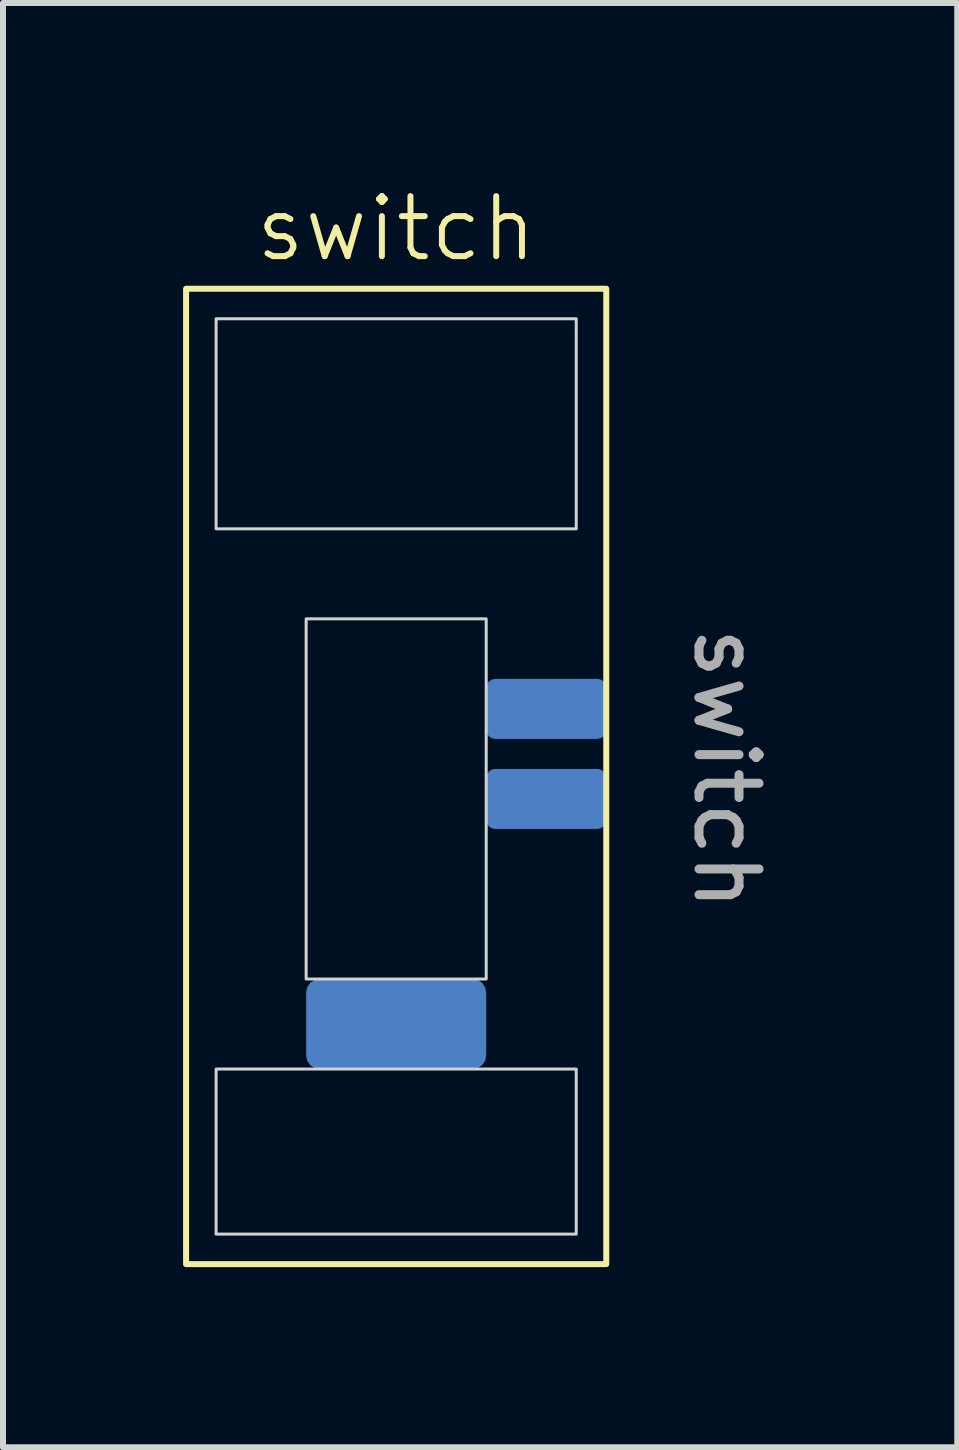
<source format=kicad_pcb>
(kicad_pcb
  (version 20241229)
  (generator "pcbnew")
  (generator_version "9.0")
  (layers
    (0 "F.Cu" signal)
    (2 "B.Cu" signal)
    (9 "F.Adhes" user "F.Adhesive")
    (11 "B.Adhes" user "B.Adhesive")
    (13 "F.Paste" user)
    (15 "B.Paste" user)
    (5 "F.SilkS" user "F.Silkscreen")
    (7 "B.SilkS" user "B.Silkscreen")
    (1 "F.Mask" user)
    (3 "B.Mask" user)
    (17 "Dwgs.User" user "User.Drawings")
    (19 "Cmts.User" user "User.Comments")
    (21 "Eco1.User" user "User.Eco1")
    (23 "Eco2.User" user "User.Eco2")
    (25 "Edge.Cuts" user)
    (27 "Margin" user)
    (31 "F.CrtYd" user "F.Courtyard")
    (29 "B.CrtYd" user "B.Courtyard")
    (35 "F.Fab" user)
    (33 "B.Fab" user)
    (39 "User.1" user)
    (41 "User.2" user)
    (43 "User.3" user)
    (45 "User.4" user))
  (footprint "switch"
    (layer "F.Cu")
    (at 3.55 1.76)
    (property "Reference" "switch" (at 0 -1 0) (unlocked yes) (layer "F.SilkS") (effects (font (size 1 1) (thickness 0.1))))
    (attr smd)
    (fp_rect (start -3.5 0) (end 3.5 16.25) (stroke (width 0.1) (type solid)) (fill no) (layer "F.SilkS"))
    (fp_rect (start -3 0.5) (end 3 4) (stroke (width 0.05) (type solid)) (fill no) (layer "Edge.Cuts"))
    (fp_rect (start -3 13) (end 3 15.75) (stroke (width 0.05) (type solid)) (fill no) (layer "Edge.Cuts"))
    (fp_rect (start -1.5 5.5) (end 1.5 11.5) (stroke (width 0.05) (type solid)) (fill no) (layer "Edge.Cuts"))
    (fp_text user "${REFERENCE}" (at 5.5 8 270) (unlocked yes) (layer "F.Fab") (effects (font (size 1 1) (thickness 0.15))))
    (pad "1" smd roundrect (at 2.5 7) (size 2 1) (layers "B.Cu" "B.Mask" "B.Paste") (roundrect_rratio 0.15))
    (pad "2" smd roundrect (at 2.5 8.5) (size 2 1) (layers "B.Cu" "B.Mask" "B.Paste") (roundrect_rratio 0.15))
    (pad "3" smd roundrect (at 0 12.25) (size 3 1.5) (layers "B.Cu" "B.Mask" "B.Paste") (roundrect_rratio 0.15)))
  (gr_rect
    (start -3 -3)
    (end 12.898 21.061)
    (stroke (width 0.1) (type default))
    (fill no)
    (layer "Edge.Cuts")))
</source>
